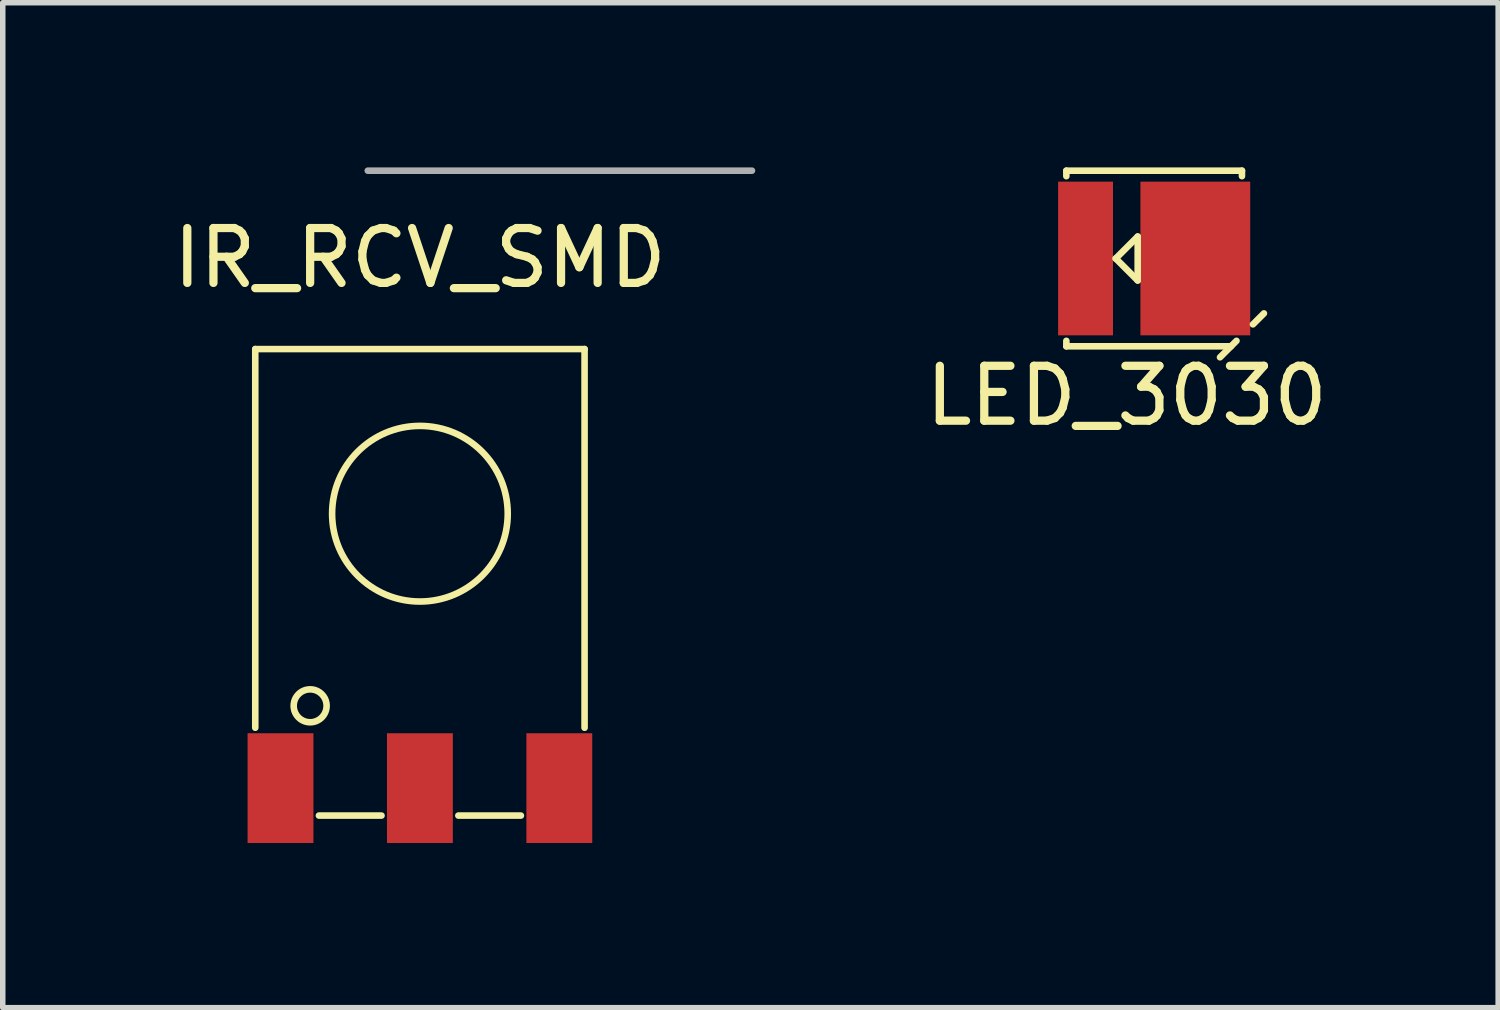
<source format=kicad_pcb>
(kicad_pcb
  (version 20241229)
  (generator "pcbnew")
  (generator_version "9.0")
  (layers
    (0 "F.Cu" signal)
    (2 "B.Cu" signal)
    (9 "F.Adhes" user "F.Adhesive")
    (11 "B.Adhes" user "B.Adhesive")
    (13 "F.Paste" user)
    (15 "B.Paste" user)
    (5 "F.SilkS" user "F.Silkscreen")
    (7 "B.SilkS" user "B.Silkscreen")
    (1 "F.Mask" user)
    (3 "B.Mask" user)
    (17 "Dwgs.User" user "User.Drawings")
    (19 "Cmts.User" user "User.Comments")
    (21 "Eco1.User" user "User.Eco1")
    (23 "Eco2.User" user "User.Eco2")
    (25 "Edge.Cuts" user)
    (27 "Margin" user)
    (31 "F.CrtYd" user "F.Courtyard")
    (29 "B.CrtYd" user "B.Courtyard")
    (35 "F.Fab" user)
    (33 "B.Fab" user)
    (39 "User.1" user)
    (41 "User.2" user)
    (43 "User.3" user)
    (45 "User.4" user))
  (footprint "IR_RCV_SMD"
    (layer "F.Cu")
    (at 4.601 11.81)
    (property "Reference" "IR_RCV_SMD" (at 0 -10.16 180) (layer "F.SilkS") (effects (font (size 1 1) (thickness 0.15))))
    (attr through_hole)
    (fp_line (start -3 -8.5) (end 3 -8.5) (stroke (width 0.12) (type solid)) (layer "F.SilkS"))
    (fp_line (start -3 -1.6) (end -3 -8.5) (stroke (width 0.12) (type solid)) (layer "F.SilkS"))
    (fp_line (start -1.84 0) (end -0.7 0) (stroke (width 0.12) (type solid)) (layer "F.SilkS"))
    (fp_line (start 0.7 0) (end 1.84 0) (stroke (width 0.12) (type solid)) (layer "F.SilkS"))
    (fp_line (start 3 -8.5) (end 3 -1.6) (stroke (width 0.12) (type solid)) (layer "F.SilkS"))
    (fp_circle (center -2 -2) (end -1.7 -2) (stroke (width 0.12) (type solid)) (fill no) (layer "F.SilkS"))
    (fp_circle (center 0 -5.5) (end 1.6 -5.5) (stroke (width 0.12) (type solid)) (fill no) (layer "F.SilkS"))
    (fp_line (start -0.95 -11.75) (end 6.05 -11.75) (stroke (width 0.12) (type solid)) (layer "F.Fab"))
    (pad "1" smd rect (at -2.54 -0.5) (size 1.2 2) (layers "F.Cu" "F.Mask" "F.Paste"))
    (pad "2" smd rect (at 0 -0.5) (size 1.2 2) (layers "F.Cu" "F.Mask" "F.Paste"))
    (pad "3" smd rect (at 2.54 -0.5) (size 1.2 2) (layers "F.Cu" "F.Mask" "F.Paste")))
  (footprint "LED_3030"
    (layer "F.Cu")
    (at 17.479 1.66)
    (property "Reference" "LED_3030" (at 0 2.5 0) (layer "F.SilkS") (effects (font (size 1 1) (thickness 0.15))))
    (attr through_hole)
    (fp_line (start -1.1 -1.6) (end -1.1 -1.5) (stroke (width 0.12) (type solid)) (layer "F.SilkS"))
    (fp_line (start -1.1 -1.6) (end 2.1 -1.6) (stroke (width 0.12) (type solid)) (layer "F.SilkS"))
    (fp_line (start -1.1 1.6) (end -1.1 1.5) (stroke (width 0.12) (type solid)) (layer "F.SilkS"))
    (fp_line (start -0.2 0) (end 0.2 0.4) (stroke (width 0.12) (type solid)) (layer "F.SilkS"))
    (fp_line (start 0.2 -0.4) (end -0.2 0) (stroke (width 0.12) (type solid)) (layer "F.SilkS"))
    (fp_line (start 0.2 0.4) (end 0.2 -0.4) (stroke (width 0.12) (type solid)) (layer "F.SilkS"))
    (fp_line (start 1.7 1.8) (end 2 1.5) (stroke (width 0.12) (type solid)) (layer "F.SilkS"))
    (fp_line (start 1.9 1.6) (end -1.1 1.6) (stroke (width 0.12) (type solid)) (layer "F.SilkS"))
    (fp_line (start 2.1 -1.6) (end 2.1 -1.5) (stroke (width 0.12) (type solid)) (layer "F.SilkS"))
    (fp_line (start 2.5 1) (end 2.3 1.2) (stroke (width 0.12) (type solid)) (layer "F.SilkS"))
    (pad "1" smd rect (at -0.75 0) (size 1 2.8) (layers "F.Cu" "F.Mask" "F.Paste"))
    (pad "2" smd rect (at 1.25 0) (size 2 2.8) (layers "F.Cu" "F.Mask" "F.Paste")))
  (gr_rect
    (start -3 -3)
    (end 24.247 15.31)
    (stroke (width 0.1) (type default))
    (fill no)
    (layer "Edge.Cuts")))
</source>
